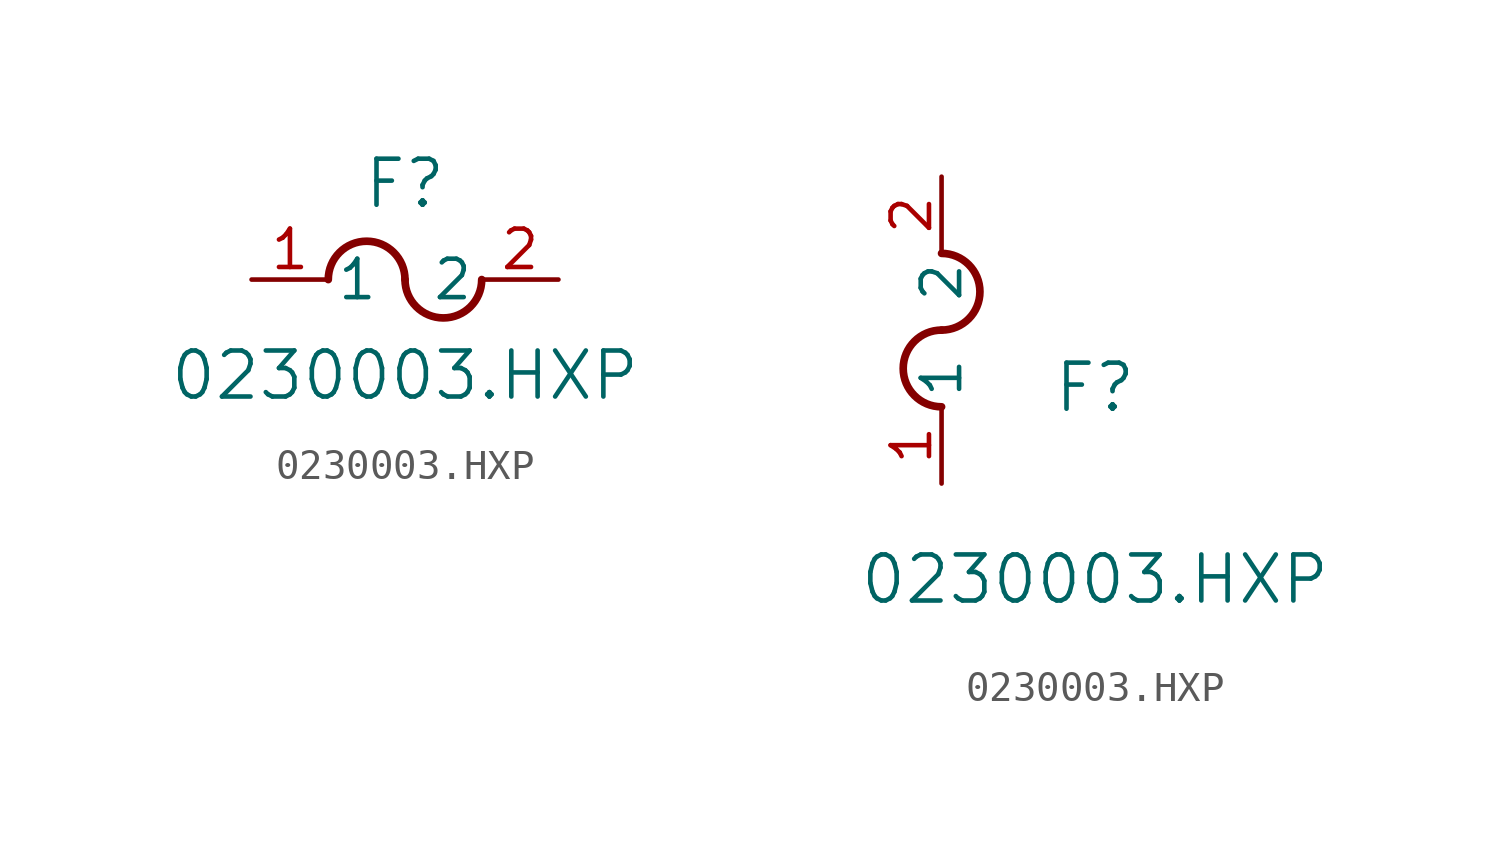
<source format=kicad_sym>
(kicad_symbol_lib
  (version 20211014)
  (generator kicad_symbol_editor)
  (symbol "0230003.HXP"
    (pin_names
      (offset 0.254))
    (property "Reference" "F"
      (at 5.08 3.175 0)
      (effects (font (size 1.524 1.524))))
    (property "Value" "0230003.HXP"
      (at 5.08 -3.175 0)
      (effects (font (size 1.524 1.524))))
    (symbol "0230003.HXP_1_1"
      (arc (start 5.08 0) (mid 3.81 1.27) (end 2.54 0) (stroke (width 0.254) (type default) (color 0 0 0 0)) (fill (type none)))
      (arc (start 5.08 0) (mid 6.35 -1.27) (end 7.62 0) (stroke (width 0.254) (type default) (color 0 0 0 0)) (fill (type none)))
      (pin unspecified line (at 0 0 0) (length 2.54) (name "1" (effects (font (size 1.27 1.27)))) (number "1" (effects (font (size 1.27 1.27)))))
      (pin unspecified line (at 10.16 0 180) (length 2.54) (name "2" (effects (font (size 1.27 1.27)))) (number "2" (effects (font (size 1.27 1.27))))))
    (symbol "0230003.HXP_1_2"
      (arc (start 0 5.08) (mid -1.27 3.81) (end 0 2.54) (stroke (width 0.254) (type default) (color 0 0 0 0)) (fill (type none)))
      (arc (start 0 5.08) (mid 1.27 6.35) (end 0 7.62) (stroke (width 0.254) (type default) (color 0 0 0 0)) (fill (type none)))
      (pin unspecified line (at 0 0 90) (length 2.54) (name "1" (effects (font (size 1.27 1.27)))) (number "1" (effects (font (size 1.27 1.27)))))
      (pin unspecified line (at 0 10.16 270) (length 2.54) (name "2" (effects (font (size 1.27 1.27)))) (number "2" (effects (font (size 1.27 1.27))))))))
</source>
